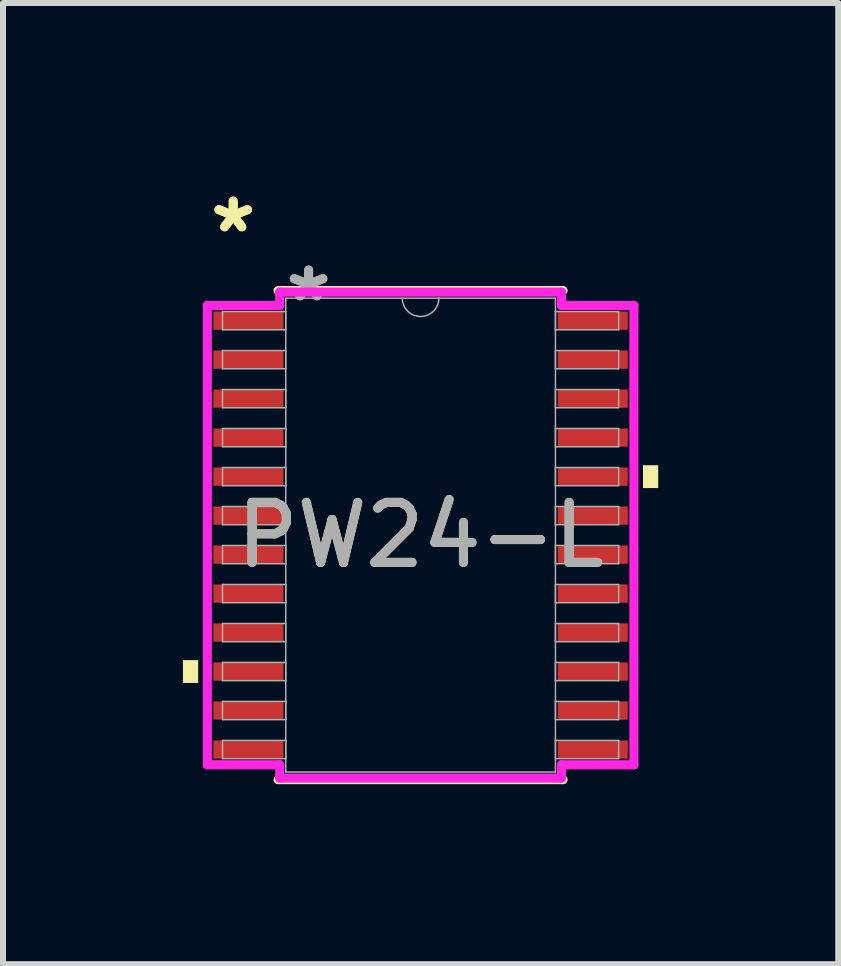
<source format=kicad_pcb>
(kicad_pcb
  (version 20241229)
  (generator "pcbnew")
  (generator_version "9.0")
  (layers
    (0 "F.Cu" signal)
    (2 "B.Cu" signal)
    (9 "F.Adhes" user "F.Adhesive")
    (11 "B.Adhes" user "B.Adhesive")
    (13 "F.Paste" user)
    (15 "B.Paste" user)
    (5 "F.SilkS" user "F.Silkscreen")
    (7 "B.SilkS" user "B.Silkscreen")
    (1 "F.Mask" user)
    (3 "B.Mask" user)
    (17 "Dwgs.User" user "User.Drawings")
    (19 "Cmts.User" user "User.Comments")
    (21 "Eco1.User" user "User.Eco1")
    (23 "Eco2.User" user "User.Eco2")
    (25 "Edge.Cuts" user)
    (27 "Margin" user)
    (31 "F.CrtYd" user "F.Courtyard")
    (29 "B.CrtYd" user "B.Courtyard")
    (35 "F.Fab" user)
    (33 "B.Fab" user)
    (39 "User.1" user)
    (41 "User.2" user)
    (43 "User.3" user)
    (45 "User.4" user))
  (footprint "PW24-L"
    (layer "F.Cu")
    (at 3.962 5.871)
    (property "Reference" "PW24-L" (at 0 0 0) (unlocked yes) (layer "F.SilkS") (effects (font (size 1 1) (thickness 0.15))))
    (attr smd)
    (fp_line (start -2.375 4.077) (end 2.375 4.077) (stroke (width 0.152) (type solid)) (layer "F.SilkS"))
    (fp_line (start 2.375 -4.077) (end -2.375 -4.077) (stroke (width 0.152) (type solid)) (layer "F.SilkS"))
    (fp_poly (pts (xy -3.962 2.084) (xy -3.962 2.465) (xy -3.708 2.465) (xy -3.708 2.084)) (stroke (width 0) (type solid)) (fill yes) (layer "F.SilkS"))
    (fp_poly (pts (xy 3.962 -1.165) (xy 3.962 -0.784) (xy 3.708 -0.784) (xy 3.708 -1.165)) (stroke (width 0) (type solid)) (fill yes) (layer "F.SilkS"))
    (fp_line (start -3.556 -3.829) (end -2.349 -3.829) (stroke (width 0.152) (type solid)) (layer "F.CrtYd"))
    (fp_line (start -3.556 3.829) (end -3.556 -3.829) (stroke (width 0.152) (type solid)) (layer "F.CrtYd"))
    (fp_line (start -3.556 3.829) (end -2.349 3.829) (stroke (width 0.152) (type solid)) (layer "F.CrtYd"))
    (fp_line (start -2.349 -4.051) (end 2.349 -4.051) (stroke (width 0.152) (type solid)) (layer "F.CrtYd"))
    (fp_line (start -2.349 -3.829) (end -2.349 -4.051) (stroke (width 0.152) (type solid)) (layer "F.CrtYd"))
    (fp_line (start -2.349 4.051) (end -2.349 3.829) (stroke (width 0.152) (type solid)) (layer "F.CrtYd"))
    (fp_line (start 2.349 -4.051) (end 2.349 -3.829) (stroke (width 0.152) (type solid)) (layer "F.CrtYd"))
    (fp_line (start 2.349 3.829) (end 2.349 4.051) (stroke (width 0.152) (type solid)) (layer "F.CrtYd"))
    (fp_line (start 2.349 4.051) (end -2.349 4.051) (stroke (width 0.152) (type solid)) (layer "F.CrtYd"))
    (fp_line (start 3.556 -3.829) (end 2.349 -3.829) (stroke (width 0.152) (type solid)) (layer "F.CrtYd"))
    (fp_line (start 3.556 -3.829) (end 3.556 3.829) (stroke (width 0.152) (type solid)) (layer "F.CrtYd"))
    (fp_line (start 3.556 3.829) (end 2.349 3.829) (stroke (width 0.152) (type solid)) (layer "F.CrtYd"))
    (fp_line (start -3.302 -3.727) (end -3.302 -3.423) (stroke (width 0.025) (type solid)) (layer "F.Fab"))
    (fp_line (start -3.302 -3.423) (end -2.248 -3.423) (stroke (width 0.025) (type solid)) (layer "F.Fab"))
    (fp_line (start -3.302 -3.077) (end -3.302 -2.773) (stroke (width 0.025) (type solid)) (layer "F.Fab"))
    (fp_line (start -3.302 -2.773) (end -2.248 -2.773) (stroke (width 0.025) (type solid)) (layer "F.Fab"))
    (fp_line (start -3.302 -2.427) (end -3.302 -2.123) (stroke (width 0.025) (type solid)) (layer "F.Fab"))
    (fp_line (start -3.302 -2.123) (end -2.248 -2.123) (stroke (width 0.025) (type solid)) (layer "F.Fab"))
    (fp_line (start -3.302 -1.777) (end -3.302 -1.473) (stroke (width 0.025) (type solid)) (layer "F.Fab"))
    (fp_line (start -3.302 -1.473) (end -2.248 -1.473) (stroke (width 0.025) (type solid)) (layer "F.Fab"))
    (fp_line (start -3.302 -1.127) (end -3.302 -0.823) (stroke (width 0.025) (type solid)) (layer "F.Fab"))
    (fp_line (start -3.302 -0.823) (end -2.248 -0.823) (stroke (width 0.025) (type solid)) (layer "F.Fab"))
    (fp_line (start -3.302 -0.477) (end -3.302 -0.173) (stroke (width 0.025) (type solid)) (layer "F.Fab"))
    (fp_line (start -3.302 -0.173) (end -2.248 -0.173) (stroke (width 0.025) (type solid)) (layer "F.Fab"))
    (fp_line (start -3.302 0.173) (end -3.302 0.477) (stroke (width 0.025) (type solid)) (layer "F.Fab"))
    (fp_line (start -3.302 0.477) (end -2.248 0.477) (stroke (width 0.025) (type solid)) (layer "F.Fab"))
    (fp_line (start -3.302 0.823) (end -3.302 1.127) (stroke (width 0.025) (type solid)) (layer "F.Fab"))
    (fp_line (start -3.302 1.127) (end -2.248 1.127) (stroke (width 0.025) (type solid)) (layer "F.Fab"))
    (fp_line (start -3.302 1.473) (end -3.302 1.777) (stroke (width 0.025) (type solid)) (layer "F.Fab"))
    (fp_line (start -3.302 1.777) (end -2.248 1.777) (stroke (width 0.025) (type solid)) (layer "F.Fab"))
    (fp_line (start -3.302 2.123) (end -3.302 2.427) (stroke (width 0.025) (type solid)) (layer "F.Fab"))
    (fp_line (start -3.302 2.427) (end -2.248 2.427) (stroke (width 0.025) (type solid)) (layer "F.Fab"))
    (fp_line (start -3.302 2.773) (end -3.302 3.077) (stroke (width 0.025) (type solid)) (layer "F.Fab"))
    (fp_line (start -3.302 3.077) (end -2.248 3.077) (stroke (width 0.025) (type solid)) (layer "F.Fab"))
    (fp_line (start -3.302 3.423) (end -3.302 3.727) (stroke (width 0.025) (type solid)) (layer "F.Fab"))
    (fp_line (start -3.302 3.727) (end -2.248 3.727) (stroke (width 0.025) (type solid)) (layer "F.Fab"))
    (fp_line (start -2.248 -3.95) (end -2.248 3.95) (stroke (width 0.025) (type solid)) (layer "F.Fab"))
    (fp_line (start -2.248 -3.727) (end -3.302 -3.727) (stroke (width 0.025) (type solid)) (layer "F.Fab"))
    (fp_line (start -2.248 -3.423) (end -2.248 -3.727) (stroke (width 0.025) (type solid)) (layer "F.Fab"))
    (fp_line (start -2.248 -3.077) (end -3.302 -3.077) (stroke (width 0.025) (type solid)) (layer "F.Fab"))
    (fp_line (start -2.248 -2.773) (end -2.248 -3.077) (stroke (width 0.025) (type solid)) (layer "F.Fab"))
    (fp_line (start -2.248 -2.427) (end -3.302 -2.427) (stroke (width 0.025) (type solid)) (layer "F.Fab"))
    (fp_line (start -2.248 -2.123) (end -2.248 -2.427) (stroke (width 0.025) (type solid)) (layer "F.Fab"))
    (fp_line (start -2.248 -1.777) (end -3.302 -1.777) (stroke (width 0.025) (type solid)) (layer "F.Fab"))
    (fp_line (start -2.248 -1.473) (end -2.248 -1.777) (stroke (width 0.025) (type solid)) (layer "F.Fab"))
    (fp_line (start -2.248 -1.127) (end -3.302 -1.127) (stroke (width 0.025) (type solid)) (layer "F.Fab"))
    (fp_line (start -2.248 -0.823) (end -2.248 -1.127) (stroke (width 0.025) (type solid)) (layer "F.Fab"))
    (fp_line (start -2.248 -0.477) (end -3.302 -0.477) (stroke (width 0.025) (type solid)) (layer "F.Fab"))
    (fp_line (start -2.248 -0.173) (end -2.248 -0.477) (stroke (width 0.025) (type solid)) (layer "F.Fab"))
    (fp_line (start -2.248 0.173) (end -3.302 0.173) (stroke (width 0.025) (type solid)) (layer "F.Fab"))
    (fp_line (start -2.248 0.477) (end -2.248 0.173) (stroke (width 0.025) (type solid)) (layer "F.Fab"))
    (fp_line (start -2.248 0.823) (end -3.302 0.823) (stroke (width 0.025) (type solid)) (layer "F.Fab"))
    (fp_line (start -2.248 1.127) (end -2.248 0.823) (stroke (width 0.025) (type solid)) (layer "F.Fab"))
    (fp_line (start -2.248 1.473) (end -3.302 1.473) (stroke (width 0.025) (type solid)) (layer "F.Fab"))
    (fp_line (start -2.248 1.777) (end -2.248 1.473) (stroke (width 0.025) (type solid)) (layer "F.Fab"))
    (fp_line (start -2.248 2.123) (end -3.302 2.123) (stroke (width 0.025) (type solid)) (layer "F.Fab"))
    (fp_line (start -2.248 2.427) (end -2.248 2.123) (stroke (width 0.025) (type solid)) (layer "F.Fab"))
    (fp_line (start -2.248 2.773) (end -3.302 2.773) (stroke (width 0.025) (type solid)) (layer "F.Fab"))
    (fp_line (start -2.248 3.077) (end -2.248 2.773) (stroke (width 0.025) (type solid)) (layer "F.Fab"))
    (fp_line (start -2.248 3.423) (end -3.302 3.423) (stroke (width 0.025) (type solid)) (layer "F.Fab"))
    (fp_line (start -2.248 3.727) (end -2.248 3.423) (stroke (width 0.025) (type solid)) (layer "F.Fab"))
    (fp_line (start -2.248 3.95) (end 2.248 3.95) (stroke (width 0.025) (type solid)) (layer "F.Fab"))
    (fp_line (start 2.248 -3.95) (end -2.248 -3.95) (stroke (width 0.025) (type solid)) (layer "F.Fab"))
    (fp_line (start 2.248 -3.727) (end 2.248 -3.423) (stroke (width 0.025) (type solid)) (layer "F.Fab"))
    (fp_line (start 2.248 -3.423) (end 3.302 -3.423) (stroke (width 0.025) (type solid)) (layer "F.Fab"))
    (fp_line (start 2.248 -3.077) (end 2.248 -2.773) (stroke (width 0.025) (type solid)) (layer "F.Fab"))
    (fp_line (start 2.248 -2.773) (end 3.302 -2.773) (stroke (width 0.025) (type solid)) (layer "F.Fab"))
    (fp_line (start 2.248 -2.427) (end 2.248 -2.123) (stroke (width 0.025) (type solid)) (layer "F.Fab"))
    (fp_line (start 2.248 -2.123) (end 3.302 -2.123) (stroke (width 0.025) (type solid)) (layer "F.Fab"))
    (fp_line (start 2.248 -1.777) (end 2.248 -1.473) (stroke (width 0.025) (type solid)) (layer "F.Fab"))
    (fp_line (start 2.248 -1.473) (end 3.302 -1.473) (stroke (width 0.025) (type solid)) (layer "F.Fab"))
    (fp_line (start 2.248 -1.127) (end 2.248 -0.823) (stroke (width 0.025) (type solid)) (layer "F.Fab"))
    (fp_line (start 2.248 -0.823) (end 3.302 -0.823) (stroke (width 0.025) (type solid)) (layer "F.Fab"))
    (fp_line (start 2.248 -0.477) (end 2.248 -0.173) (stroke (width 0.025) (type solid)) (layer "F.Fab"))
    (fp_line (start 2.248 -0.173) (end 3.302 -0.173) (stroke (width 0.025) (type solid)) (layer "F.Fab"))
    (fp_line (start 2.248 0.173) (end 2.248 0.477) (stroke (width 0.025) (type solid)) (layer "F.Fab"))
    (fp_line (start 2.248 0.477) (end 3.302 0.477) (stroke (width 0.025) (type solid)) (layer "F.Fab"))
    (fp_line (start 2.248 0.823) (end 2.248 1.127) (stroke (width 0.025) (type solid)) (layer "F.Fab"))
    (fp_line (start 2.248 1.127) (end 3.302 1.127) (stroke (width 0.025) (type solid)) (layer "F.Fab"))
    (fp_line (start 2.248 1.473) (end 2.248 1.777) (stroke (width 0.025) (type solid)) (layer "F.Fab"))
    (fp_line (start 2.248 1.777) (end 3.302 1.777) (stroke (width 0.025) (type solid)) (layer "F.Fab"))
    (fp_line (start 2.248 2.123) (end 2.248 2.427) (stroke (width 0.025) (type solid)) (layer "F.Fab"))
    (fp_line (start 2.248 2.427) (end 3.302 2.427) (stroke (width 0.025) (type solid)) (layer "F.Fab"))
    (fp_line (start 2.248 2.773) (end 2.248 3.077) (stroke (width 0.025) (type solid)) (layer "F.Fab"))
    (fp_line (start 2.248 3.077) (end 3.302 3.077) (stroke (width 0.025) (type solid)) (layer "F.Fab"))
    (fp_line (start 2.248 3.423) (end 2.248 3.727) (stroke (width 0.025) (type solid)) (layer "F.Fab"))
    (fp_line (start 2.248 3.727) (end 3.302 3.727) (stroke (width 0.025) (type solid)) (layer "F.Fab"))
    (fp_line (start 2.248 3.95) (end 2.248 -3.95) (stroke (width 0.025) (type solid)) (layer "F.Fab"))
    (fp_line (start 3.302 -3.727) (end 2.248 -3.727) (stroke (width 0.025) (type solid)) (layer "F.Fab"))
    (fp_line (start 3.302 -3.423) (end 3.302 -3.727) (stroke (width 0.025) (type solid)) (layer "F.Fab"))
    (fp_line (start 3.302 -3.077) (end 2.248 -3.077) (stroke (width 0.025) (type solid)) (layer "F.Fab"))
    (fp_line (start 3.302 -2.773) (end 3.302 -3.077) (stroke (width 0.025) (type solid)) (layer "F.Fab"))
    (fp_line (start 3.302 -2.427) (end 2.248 -2.427) (stroke (width 0.025) (type solid)) (layer "F.Fab"))
    (fp_line (start 3.302 -2.123) (end 3.302 -2.427) (stroke (width 0.025) (type solid)) (layer "F.Fab"))
    (fp_line (start 3.302 -1.777) (end 2.248 -1.777) (stroke (width 0.025) (type solid)) (layer "F.Fab"))
    (fp_line (start 3.302 -1.473) (end 3.302 -1.777) (stroke (width 0.025) (type solid)) (layer "F.Fab"))
    (fp_line (start 3.302 -1.127) (end 2.248 -1.127) (stroke (width 0.025) (type solid)) (layer "F.Fab"))
    (fp_line (start 3.302 -0.823) (end 3.302 -1.127) (stroke (width 0.025) (type solid)) (layer "F.Fab"))
    (fp_line (start 3.302 -0.477) (end 2.248 -0.477) (stroke (width 0.025) (type solid)) (layer "F.Fab"))
    (fp_line (start 3.302 -0.173) (end 3.302 -0.477) (stroke (width 0.025) (type solid)) (layer "F.Fab"))
    (fp_line (start 3.302 0.173) (end 2.248 0.173) (stroke (width 0.025) (type solid)) (layer "F.Fab"))
    (fp_line (start 3.302 0.477) (end 3.302 0.173) (stroke (width 0.025) (type solid)) (layer "F.Fab"))
    (fp_line (start 3.302 0.823) (end 2.248 0.823) (stroke (width 0.025) (type solid)) (layer "F.Fab"))
    (fp_line (start 3.302 1.127) (end 3.302 0.823) (stroke (width 0.025) (type solid)) (layer "F.Fab"))
    (fp_line (start 3.302 1.473) (end 2.248 1.473) (stroke (width 0.025) (type solid)) (layer "F.Fab"))
    (fp_line (start 3.302 1.777) (end 3.302 1.473) (stroke (width 0.025) (type solid)) (layer "F.Fab"))
    (fp_line (start 3.302 2.123) (end 2.248 2.123) (stroke (width 0.025) (type solid)) (layer "F.Fab"))
    (fp_line (start 3.302 2.427) (end 3.302 2.123) (stroke (width 0.025) (type solid)) (layer "F.Fab"))
    (fp_line (start 3.302 2.773) (end 2.248 2.773) (stroke (width 0.025) (type solid)) (layer "F.Fab"))
    (fp_line (start 3.302 3.077) (end 3.302 2.773) (stroke (width 0.025) (type solid)) (layer "F.Fab"))
    (fp_line (start 3.302 3.423) (end 2.248 3.423) (stroke (width 0.025) (type solid)) (layer "F.Fab"))
    (fp_line (start 3.302 3.727) (end 3.302 3.423) (stroke (width 0.025) (type solid)) (layer "F.Fab"))
    (fp_arc (start 0.3048 -3.9497) (mid 0 -3.6449) (end -0.3048 -3.9497) (stroke (width 0.0254) (type solid)) (layer "F.Fab"))
    (fp_text user "*" (at -3.124 -5.023 0) (layer "F.SilkS") (effects (font (size 1 1) (thickness 0.15))))
    (fp_text user "*" (at -3.124 -5.023 0) (unlocked yes) (layer "F.SilkS") (effects (font (size 1 1) (thickness 0.15))))
    (fp_text user "*" (at -1.867 -3.873 0) (unlocked yes) (layer "F.Fab") (effects (font (size 1 1) (thickness 0.15))))
    (fp_text user "${REFERENCE}" (at 0 0 0) (unlocked yes) (layer "F.Fab") (effects (font (size 1 1) (thickness 0.15))))
    (fp_text user "*" (at -1.867 -3.873 0) (layer "F.Fab") (effects (font (size 1 1) (thickness 0.15))))
    (pad "1" smd rect (at -2.87 -3.575) (size 1.168 0.305) (layers "F.Cu" "F.Mask" "F.Paste"))
    (pad "2" smd rect (at -2.87 -2.925) (size 1.168 0.305) (layers "F.Cu" "F.Mask" "F.Paste"))
    (pad "3" smd rect (at -2.87 -2.275) (size 1.168 0.305) (layers "F.Cu" "F.Mask" "F.Paste"))
    (pad "4" smd rect (at -2.87 -1.625) (size 1.168 0.305) (layers "F.Cu" "F.Mask" "F.Paste"))
    (pad "5" smd rect (at -2.87 -0.975) (size 1.168 0.305) (layers "F.Cu" "F.Mask" "F.Paste"))
    (pad "6" smd rect (at -2.87 -0.325) (size 1.168 0.305) (layers "F.Cu" "F.Mask" "F.Paste"))
    (pad "7" smd rect (at -2.87 0.325) (size 1.168 0.305) (layers "F.Cu" "F.Mask" "F.Paste"))
    (pad "8" smd rect (at -2.87 0.975) (size 1.168 0.305) (layers "F.Cu" "F.Mask" "F.Paste"))
    (pad "9" smd rect (at -2.87 1.625) (size 1.168 0.305) (layers "F.Cu" "F.Mask" "F.Paste"))
    (pad "10" smd rect (at -2.87 2.275) (size 1.168 0.305) (layers "F.Cu" "F.Mask" "F.Paste"))
    (pad "11" smd rect (at -2.87 2.925) (size 1.168 0.305) (layers "F.Cu" "F.Mask" "F.Paste"))
    (pad "12" smd rect (at -2.87 3.575) (size 1.168 0.305) (layers "F.Cu" "F.Mask" "F.Paste"))
    (pad "13" smd rect (at 2.87 3.575) (size 1.168 0.305) (layers "F.Cu" "F.Mask" "F.Paste"))
    (pad "14" smd rect (at 2.87 2.925) (size 1.168 0.305) (layers "F.Cu" "F.Mask" "F.Paste"))
    (pad "15" smd rect (at 2.87 2.275) (size 1.168 0.305) (layers "F.Cu" "F.Mask" "F.Paste"))
    (pad "16" smd rect (at 2.87 1.625) (size 1.168 0.305) (layers "F.Cu" "F.Mask" "F.Paste"))
    (pad "17" smd rect (at 2.87 0.975) (size 1.168 0.305) (layers "F.Cu" "F.Mask" "F.Paste"))
    (pad "18" smd rect (at 2.87 0.325) (size 1.168 0.305) (layers "F.Cu" "F.Mask" "F.Paste"))
    (pad "19" smd rect (at 2.87 -0.325) (size 1.168 0.305) (layers "F.Cu" "F.Mask" "F.Paste"))
    (pad "20" smd rect (at 2.87 -0.975) (size 1.168 0.305) (layers "F.Cu" "F.Mask" "F.Paste"))
    (pad "21" smd rect (at 2.87 -1.625) (size 1.168 0.305) (layers "F.Cu" "F.Mask" "F.Paste"))
    (pad "22" smd rect (at 2.87 -2.275) (size 1.168 0.305) (layers "F.Cu" "F.Mask" "F.Paste"))
    (pad "23" smd rect (at 2.87 -2.925) (size 1.168 0.305) (layers "F.Cu" "F.Mask" "F.Paste"))
    (pad "24" smd rect (at 2.87 -3.575) (size 1.168 0.305) (layers "F.Cu" "F.Mask" "F.Paste")))
  (gr_rect
    (start -3 -3)
    (end 10.925 13.024)
    (stroke (width 0.1) (type default))
    (fill no)
    (layer "Edge.Cuts")))
</source>
